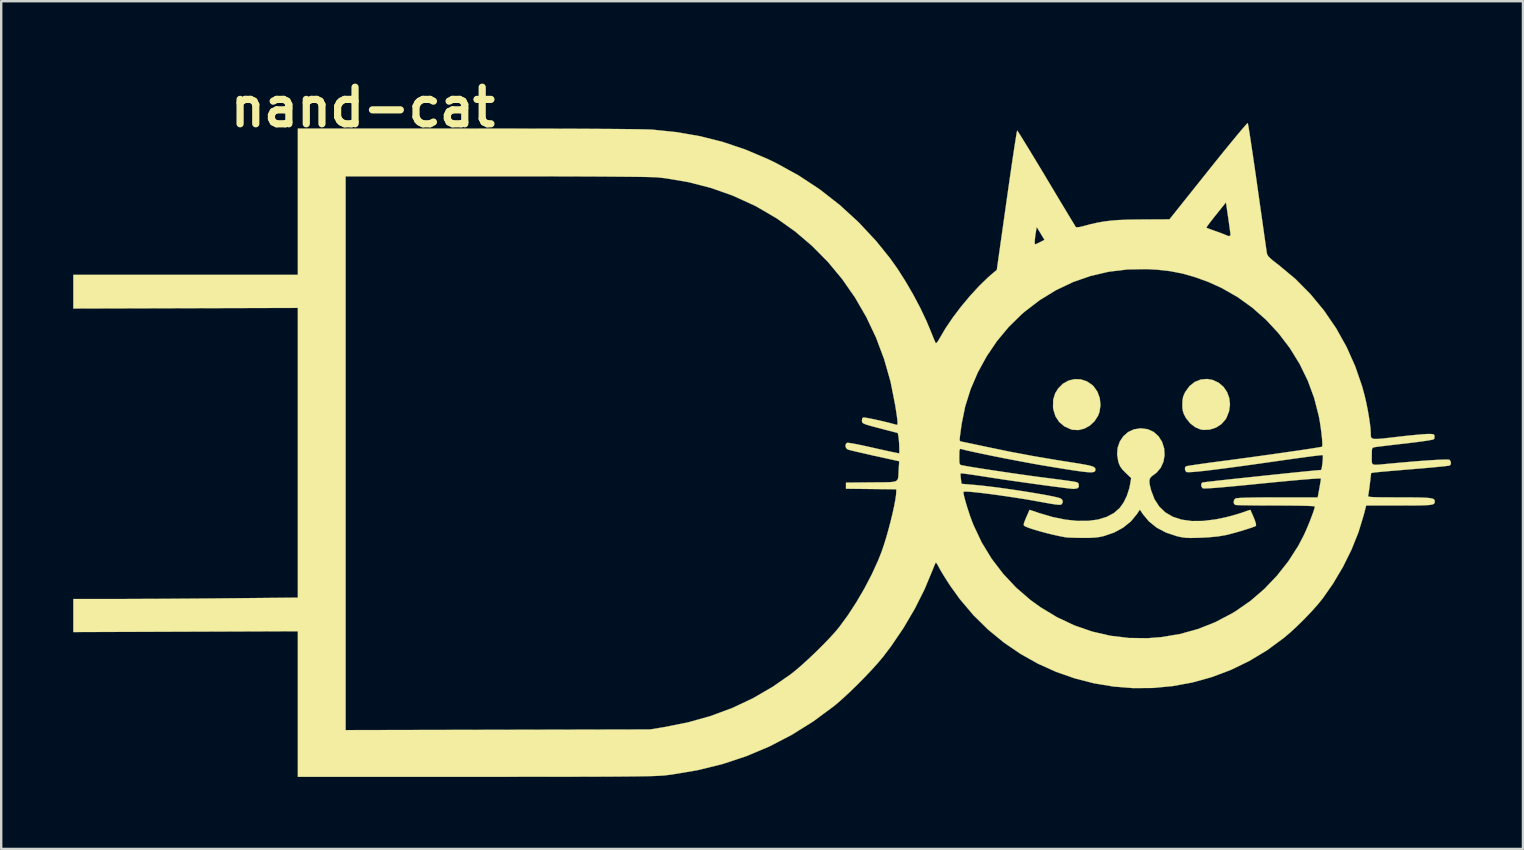
<source format=kicad_pcb>
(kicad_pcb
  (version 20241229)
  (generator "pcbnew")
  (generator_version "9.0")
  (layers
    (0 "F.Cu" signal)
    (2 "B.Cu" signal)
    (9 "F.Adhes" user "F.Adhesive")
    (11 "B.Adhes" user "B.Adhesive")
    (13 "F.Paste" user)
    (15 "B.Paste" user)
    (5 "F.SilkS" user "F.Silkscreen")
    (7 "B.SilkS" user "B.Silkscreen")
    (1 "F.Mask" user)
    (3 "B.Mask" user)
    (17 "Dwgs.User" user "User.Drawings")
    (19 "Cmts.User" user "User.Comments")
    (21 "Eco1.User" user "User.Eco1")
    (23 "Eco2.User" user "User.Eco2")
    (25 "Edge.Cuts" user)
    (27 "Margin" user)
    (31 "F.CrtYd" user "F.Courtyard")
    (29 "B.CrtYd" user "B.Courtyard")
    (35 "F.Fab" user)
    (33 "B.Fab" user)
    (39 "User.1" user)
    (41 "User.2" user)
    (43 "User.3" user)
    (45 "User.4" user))
  (footprint "nand-cat"
    (layer "F.Cu")
    (at 28.58 15.388)
    (property "Reference" "nand-cat" (at -16.51 -13.97 0) (layer "F.SilkS") (effects (font (size 1.524 1.524) (thickness 0.3))))
    (attr through_hole)
    (fp_poly (pts (xy 13.405 -2.631) (xy 13.655 -2.55) (xy 13.881 -2.396) (xy 13.936 -2.343) (xy 14.097 -2.114) (xy 14.194 -1.846) (xy 14.223 -1.561) (xy 14.182 -1.276) (xy 14.124 -1.119) (xy 13.976 -0.888) (xy 13.78 -0.705) (xy 13.552 -0.579) (xy 13.306 -0.519) (xy 13.059 -0.531) (xy 12.996 -0.548) (xy 12.72 -0.672) (xy 12.502 -0.856) (xy 12.346 -1.094) (xy 12.259 -1.38) (xy 12.246 -1.478) (xy 12.253 -1.78) (xy 12.335 -2.049) (xy 12.46 -2.252) (xy 12.659 -2.451) (xy 12.892 -2.58) (xy 13.146 -2.641) (xy 13.405 -2.631)) (stroke (width 0.01) (type solid)) (fill yes) (layer "F.SilkS"))
    (fp_poly (pts (xy 18.887 -2.61) (xy 19.142 -2.495) (xy 19.347 -2.322) (xy 19.497 -2.104) (xy 19.589 -1.853) (xy 19.619 -1.581) (xy 19.581 -1.303) (xy 19.473 -1.03) (xy 19.432 -0.961) (xy 19.261 -0.766) (xy 19.038 -0.623) (xy 18.783 -0.54) (xy 18.517 -0.525) (xy 18.378 -0.548) (xy 18.162 -0.642) (xy 17.959 -0.802) (xy 17.792 -1.011) (xy 17.764 -1.057) (xy 17.691 -1.202) (xy 17.651 -1.33) (xy 17.636 -1.479) (xy 17.635 -1.586) (xy 17.642 -1.77) (xy 17.669 -1.91) (xy 17.725 -2.047) (xy 17.76 -2.113) (xy 17.933 -2.351) (xy 18.148 -2.523) (xy 18.395 -2.623) (xy 18.664 -2.648) (xy 18.887 -2.61)) (stroke (width 0.01) (type solid)) (fill yes) (layer "F.SilkS"))
    (fp_poly (pts (xy 16.192 -0.554) (xy 16.439 -0.442) (xy 16.643 -0.259) (xy 16.791 -0.023) (xy 16.877 0.25) (xy 16.894 0.53) (xy 16.846 0.801) (xy 16.736 1.046) (xy 16.568 1.249) (xy 16.458 1.333) (xy 16.348 1.414) (xy 16.283 1.496) (xy 16.259 1.599) (xy 16.271 1.74) (xy 16.318 1.938) (xy 16.333 1.996) (xy 16.473 2.362) (xy 16.67 2.668) (xy 16.925 2.912) (xy 17.237 3.094) (xy 17.604 3.214) (xy 18.027 3.272) (xy 18.505 3.268) (xy 19.037 3.201) (xy 19.452 3.114) (xy 19.673 3.057) (xy 19.903 2.991) (xy 20.104 2.928) (xy 20.17 2.905) (xy 20.312 2.855) (xy 20.418 2.82) (xy 20.468 2.806) (xy 20.469 2.807) (xy 20.583 3.063) (xy 20.659 3.252) (xy 20.699 3.38) (xy 20.705 3.454) (xy 20.691 3.478) (xy 20.613 3.513) (xy 20.47 3.563) (xy 20.282 3.624) (xy 20.067 3.69) (xy 19.843 3.754) (xy 19.628 3.812) (xy 19.452 3.856) (xy 19.124 3.912) (xy 18.716 3.951) (xy 18.414 3.966) (xy 18.148 3.974) (xy 17.945 3.976) (xy 17.785 3.969) (xy 17.646 3.953) (xy 17.507 3.926) (xy 17.398 3.9) (xy 16.953 3.752) (xy 16.567 3.548) (xy 16.243 3.288) (xy 15.983 2.975) (xy 15.979 2.968) (xy 15.865 2.795) (xy 15.742 2.98) (xy 15.489 3.286) (xy 15.171 3.544) (xy 14.795 3.749) (xy 14.368 3.896) (xy 14.361 3.898) (xy 14.186 3.936) (xy 14.002 3.96) (xy 13.785 3.972) (xy 13.511 3.974) (xy 13.466 3.974) (xy 13.244 3.97) (xy 13.046 3.965) (xy 12.889 3.959) (xy 12.794 3.952) (xy 12.785 3.951) (xy 12.543 3.906) (xy 12.275 3.847) (xy 11.998 3.78) (xy 11.727 3.708) (xy 11.479 3.636) (xy 11.27 3.568) (xy 11.117 3.509) (xy 11.052 3.475) (xy 11.027 3.443) (xy 11.029 3.385) (xy 11.062 3.284) (xy 11.128 3.124) (xy 11.13 3.12) (xy 11.268 2.804) (xy 11.682 2.944) (xy 12.235 3.106) (xy 12.761 3.213) (xy 13.254 3.266) (xy 13.708 3.265) (xy 14.118 3.21) (xy 14.478 3.101) (xy 14.783 2.94) (xy 15.027 2.725) (xy 15.028 2.724) (xy 15.19 2.495) (xy 15.326 2.212) (xy 15.425 1.907) (xy 15.452 1.774) (xy 15.502 1.482) (xy 15.268 1.259) (xy 15.132 1.119) (xy 15.044 0.994) (xy 14.984 0.855) (xy 14.964 0.788) (xy 14.916 0.492) (xy 14.94 0.212) (xy 15.03 -0.043) (xy 15.176 -0.262) (xy 15.373 -0.433) (xy 15.612 -0.547) (xy 15.887 -0.591) (xy 15.908 -0.592) (xy 16.192 -0.554)) (stroke (width 0.01) (type solid)) (fill yes) (layer "F.SilkS"))
    (fp_poly (pts (xy 20.359 -13.309) (xy 20.37 -13.261) (xy 20.393 -13.137) (xy 20.424 -12.944) (xy 20.464 -12.688) (xy 20.511 -12.378) (xy 20.565 -12.019) (xy 20.623 -11.621) (xy 20.686 -11.189) (xy 20.751 -10.731) (xy 20.763 -10.647) (xy 20.829 -10.182) (xy 20.892 -9.738) (xy 20.951 -9.325) (xy 21.004 -8.949) (xy 21.051 -8.617) (xy 21.091 -8.338) (xy 21.122 -8.119) (xy 21.144 -7.967) (xy 21.155 -7.891) (xy 21.156 -7.887) (xy 21.174 -7.825) (xy 21.216 -7.76) (xy 21.292 -7.681) (xy 21.412 -7.578) (xy 21.587 -7.441) (xy 21.669 -7.379) (xy 22.347 -6.813) (xy 22.97 -6.185) (xy 23.535 -5.501) (xy 24.037 -4.768) (xy 24.472 -3.991) (xy 24.837 -3.176) (xy 25.128 -2.33) (xy 25.231 -1.947) (xy 25.295 -1.671) (xy 25.355 -1.374) (xy 25.407 -1.077) (xy 25.448 -0.801) (xy 25.476 -0.566) (xy 25.485 -0.397) (xy 25.486 -0.307) (xy 25.493 -0.239) (xy 25.517 -0.191) (xy 25.567 -0.161) (xy 25.653 -0.148) (xy 25.785 -0.15) (xy 25.971 -0.165) (xy 26.223 -0.193) (xy 26.548 -0.231) (xy 26.549 -0.231) (xy 26.85 -0.266) (xy 27.14 -0.296) (xy 27.404 -0.322) (xy 27.625 -0.341) (xy 27.786 -0.352) (xy 27.834 -0.354) (xy 27.991 -0.355) (xy 28.081 -0.346) (xy 28.125 -0.323) (xy 28.141 -0.28) (xy 28.141 -0.275) (xy 28.136 -0.181) (xy 28.12 -0.141) (xy 28.069 -0.122) (xy 27.942 -0.096) (xy 27.745 -0.065) (xy 27.488 -0.029) (xy 27.178 0.01) (xy 26.924 0.04) (xy 26.613 0.075) (xy 26.325 0.109) (xy 26.073 0.139) (xy 25.867 0.164) (xy 25.72 0.183) (xy 25.645 0.195) (xy 25.643 0.195) (xy 25.587 0.209) (xy 25.552 0.236) (xy 25.535 0.294) (xy 25.528 0.401) (xy 25.527 0.574) (xy 25.527 0.575) (xy 25.525 0.719) (xy 25.529 0.821) (xy 25.55 0.886) (xy 25.6 0.92) (xy 25.693 0.929) (xy 25.841 0.921) (xy 26.056 0.9) (xy 26.162 0.89) (xy 26.709 0.84) (xy 27.201 0.797) (xy 27.633 0.763) (xy 28.003 0.737) (xy 28.305 0.72) (xy 28.535 0.712) (xy 28.691 0.712) (xy 28.767 0.722) (xy 28.772 0.725) (xy 28.821 0.806) (xy 28.821 0.899) (xy 28.78 0.956) (xy 28.728 0.967) (xy 28.601 0.983) (xy 28.41 1.003) (xy 28.164 1.027) (xy 27.874 1.054) (xy 27.549 1.082) (xy 27.246 1.107) (xy 26.894 1.136) (xy 26.565 1.164) (xy 26.269 1.189) (xy 26.016 1.211) (xy 25.817 1.23) (xy 25.684 1.243) (xy 25.63 1.249) (xy 25.5 1.271) (xy 25.448 1.716) (xy 25.424 1.907) (xy 25.401 2.07) (xy 25.382 2.184) (xy 25.372 2.224) (xy 25.375 2.241) (xy 25.403 2.255) (xy 25.464 2.266) (xy 25.566 2.274) (xy 25.719 2.28) (xy 25.929 2.283) (xy 26.205 2.285) (xy 26.555 2.286) (xy 26.668 2.286) (xy 27.064 2.287) (xy 27.382 2.289) (xy 27.633 2.295) (xy 27.823 2.304) (xy 27.96 2.318) (xy 28.054 2.337) (xy 28.112 2.363) (xy 28.141 2.395) (xy 28.151 2.436) (xy 28.152 2.448) (xy 28.149 2.495) (xy 28.135 2.533) (xy 28.101 2.562) (xy 28.039 2.585) (xy 27.941 2.601) (xy 27.799 2.612) (xy 27.605 2.619) (xy 27.349 2.623) (xy 27.025 2.624) (xy 26.671 2.625) (xy 25.293 2.625) (xy 25.193 3.016) (xy 24.974 3.736) (xy 24.682 4.464) (xy 24.325 5.185) (xy 23.911 5.882) (xy 23.482 6.496) (xy 23.272 6.754) (xy 23.013 7.045) (xy 22.723 7.348) (xy 22.42 7.647) (xy 22.123 7.921) (xy 21.865 8.14) (xy 21.153 8.663) (xy 20.41 9.109) (xy 19.642 9.48) (xy 18.852 9.777) (xy 18.047 10) (xy 17.231 10.149) (xy 16.409 10.227) (xy 15.585 10.233) (xy 14.766 10.168) (xy 13.955 10.033) (xy 13.157 9.829) (xy 12.378 9.557) (xy 11.622 9.217) (xy 10.895 8.809) (xy 10.2 8.336) (xy 9.544 7.798) (xy 8.93 7.194) (xy 8.365 6.527) (xy 7.964 5.969) (xy 7.831 5.765) (xy 7.703 5.562) (xy 7.594 5.382) (xy 7.518 5.248) (xy 7.513 5.239) (xy 7.446 5.114) (xy 7.392 5.027) (xy 7.366 4.996) (xy 7.343 5.033) (xy 7.299 5.131) (xy 7.243 5.271) (xy 7.223 5.324) (xy 6.889 6.124) (xy 6.484 6.929) (xy 6.018 7.722) (xy 5.5 8.486) (xy 5.161 8.932) (xy 4.953 9.18) (xy 4.696 9.466) (xy 4.405 9.773) (xy 4.096 10.086) (xy 3.785 10.388) (xy 3.488 10.664) (xy 3.221 10.898) (xy 3.112 10.987) (xy 2.249 11.624) (xy 1.353 12.183) (xy 0.424 12.666) (xy -0.541 13.072) (xy -1.543 13.402) (xy -2.583 13.657) (xy -3.662 13.837) (xy -3.873 13.863) (xy -3.953 13.872) (xy -4.047 13.879) (xy -4.16 13.886) (xy -4.295 13.892) (xy -4.457 13.898) (xy -4.648 13.903) (xy -4.873 13.907) (xy -5.136 13.911) (xy -5.44 13.914) (xy -5.79 13.917) (xy -6.19 13.92) (xy -6.642 13.922) (xy -7.151 13.924) (xy -7.721 13.925) (xy -8.356 13.926) (xy -9.059 13.927) (xy -9.834 13.927) (xy -10.686 13.928) (xy -11.617 13.928) (xy -11.821 13.928) (xy -19.219 13.928) (xy -19.219 7.864) (xy -23.897 7.881) (xy -28.575 7.898) (xy -28.575 6.519) (xy -26.786 6.519) (xy -26.415 6.519) (xy -25.973 6.517) (xy -25.475 6.515) (xy -24.933 6.513) (xy -24.362 6.509) (xy -23.775 6.505) (xy -23.188 6.501) (xy -22.612 6.496) (xy -22.109 6.491) (xy -19.219 6.463) (xy -19.219 -5.609) (xy -23.897 -5.596) (xy -28.575 -5.583) (xy -28.575 -6.284) (xy -28.575 -6.985) (xy -19.219 -6.985) (xy -19.219 -11.091) (xy -17.23 -11.091) (xy -17.23 11.983) (xy -10.89 11.97) (xy -4.551 11.956) (xy -3.962 11.86) (xy -2.966 11.662) (xy -2.02 11.396) (xy -1.119 11.062) (xy -0.259 10.657) (xy 0.565 10.179) (xy 1.312 9.661) (xy 1.538 9.481) (xy 1.801 9.253) (xy 2.087 8.992) (xy 2.381 8.712) (xy 2.668 8.427) (xy 2.933 8.153) (xy 3.16 7.904) (xy 3.327 7.705) (xy 3.694 7.205) (xy 4.054 6.653) (xy 4.394 6.07) (xy 4.701 5.48) (xy 4.963 4.905) (xy 5.101 4.557) (xy 5.196 4.279) (xy 5.294 3.965) (xy 5.389 3.629) (xy 5.479 3.288) (xy 5.56 2.955) (xy 5.627 2.647) (xy 5.678 2.377) (xy 5.708 2.162) (xy 5.715 2.047) (xy 5.715 1.949) (xy 3.619 1.926) (xy 3.619 1.672) (xy 4.688 1.661) (xy 5.021 1.659) (xy 5.28 1.657) (xy 5.474 1.651) (xy 5.612 1.635) (xy 5.704 1.607) (xy 5.76 1.56) (xy 5.79 1.49) (xy 5.803 1.393) (xy 5.809 1.264) (xy 5.816 1.121) (xy 5.838 0.781) (xy 4.957 0.586) (xy 8.34 0.586) (xy 8.341 0.755) (xy 8.348 0.857) (xy 8.368 0.911) (xy 8.406 0.937) (xy 8.456 0.949) (xy 8.597 0.976) (xy 8.81 1.013) (xy 9.081 1.057) (xy 9.399 1.107) (xy 9.752 1.161) (xy 10.126 1.217) (xy 10.509 1.274) (xy 10.89 1.328) (xy 11.255 1.38) (xy 11.592 1.426) (xy 11.832 1.457) (xy 12.22 1.507) (xy 12.531 1.547) (xy 12.776 1.58) (xy 12.962 1.606) (xy 13.097 1.627) (xy 13.19 1.645) (xy 13.25 1.662) (xy 13.284 1.679) (xy 13.301 1.698) (xy 13.309 1.72) (xy 13.315 1.739) (xy 13.321 1.846) (xy 13.257 1.911) (xy 13.12 1.932) (xy 13 1.924) (xy 12.706 1.889) (xy 12.347 1.843) (xy 11.938 1.789) (xy 11.498 1.729) (xy 11.044 1.665) (xy 10.592 1.601) (xy 10.162 1.538) (xy 9.769 1.479) (xy 9.494 1.436) (xy 9.202 1.391) (xy 8.939 1.351) (xy 8.716 1.319) (xy 8.543 1.296) (xy 8.433 1.284) (xy 8.397 1.284) (xy 8.391 1.333) (xy 8.397 1.438) (xy 8.406 1.512) (xy 8.433 1.721) (xy 9.03 1.772) (xy 9.296 1.798) (xy 9.606 1.834) (xy 9.948 1.877) (xy 10.31 1.927) (xy 10.681 1.981) (xy 11.049 2.037) (xy 11.403 2.094) (xy 11.731 2.15) (xy 12.022 2.203) (xy 12.264 2.251) (xy 12.447 2.293) (xy 12.557 2.326) (xy 12.562 2.328) (xy 12.64 2.399) (xy 12.652 2.494) (xy 12.599 2.578) (xy 12.557 2.593) (xy 12.474 2.594) (xy 12.342 2.58) (xy 12.149 2.55) (xy 11.888 2.504) (xy 11.763 2.481) (xy 11.433 2.421) (xy 11.081 2.361) (xy 10.717 2.303) (xy 10.35 2.248) (xy 9.991 2.196) (xy 9.649 2.15) (xy 9.334 2.11) (xy 9.057 2.079) (xy 8.826 2.056) (xy 8.653 2.045) (xy 8.546 2.045) (xy 8.517 2.052) (xy 8.514 2.106) (xy 8.537 2.225) (xy 8.58 2.393) (xy 8.639 2.598) (xy 8.71 2.824) (xy 8.788 3.057) (xy 8.87 3.282) (xy 8.937 3.452) (xy 9.275 4.166) (xy 9.686 4.84) (xy 10.165 5.468) (xy 10.706 6.044) (xy 11.305 6.562) (xy 11.723 6.864) (xy 12.416 7.282) (xy 13.133 7.619) (xy 13.872 7.876) (xy 14.629 8.051) (xy 15.402 8.144) (xy 16.186 8.154) (xy 16.764 8.108) (xy 17.543 7.978) (xy 18.288 7.771) (xy 19.005 7.487) (xy 19.703 7.121) (xy 19.865 7.023) (xy 20.476 6.597) (xy 21.052 6.101) (xy 21.581 5.546) (xy 22.055 4.944) (xy 22.464 4.307) (xy 22.691 3.873) (xy 22.775 3.691) (xy 22.864 3.483) (xy 22.952 3.267) (xy 23.031 3.06) (xy 23.096 2.879) (xy 23.14 2.741) (xy 23.156 2.664) (xy 23.156 2.664) (xy 23.115 2.654) (xy 22.996 2.646) (xy 22.806 2.638) (xy 22.552 2.632) (xy 22.24 2.628) (xy 21.877 2.625) (xy 21.53 2.625) (xy 21.165 2.624) (xy 20.825 2.622) (xy 20.52 2.619) (xy 20.259 2.615) (xy 20.053 2.611) (xy 19.91 2.606) (xy 19.84 2.6) (xy 19.837 2.599) (xy 19.782 2.54) (xy 19.774 2.449) (xy 19.812 2.363) (xy 19.852 2.33) (xy 19.918 2.318) (xy 20.066 2.307) (xy 20.292 2.299) (xy 20.594 2.292) (xy 20.968 2.288) (xy 21.411 2.286) (xy 21.604 2.286) (xy 23.275 2.286) (xy 23.343 1.916) (xy 23.373 1.745) (xy 23.396 1.605) (xy 23.409 1.518) (xy 23.41 1.502) (xy 23.369 1.497) (xy 23.247 1.501) (xy 23.049 1.514) (xy 22.778 1.535) (xy 22.439 1.564) (xy 22.035 1.601) (xy 21.569 1.645) (xy 21.047 1.697) (xy 20.971 1.704) (xy 20.424 1.759) (xy 19.956 1.804) (xy 19.563 1.841) (xy 19.238 1.87) (xy 18.979 1.891) (xy 18.778 1.905) (xy 18.632 1.911) (xy 18.535 1.912) (xy 18.484 1.905) (xy 18.473 1.901) (xy 18.423 1.819) (xy 18.423 1.726) (xy 18.464 1.668) (xy 18.511 1.66) (xy 18.632 1.645) (xy 18.82 1.623) (xy 19.065 1.595) (xy 19.358 1.563) (xy 19.689 1.526) (xy 20.051 1.487) (xy 20.434 1.447) (xy 20.828 1.405) (xy 21.225 1.363) (xy 21.616 1.322) (xy 21.992 1.283) (xy 22.343 1.247) (xy 22.661 1.215) (xy 22.936 1.188) (xy 23.16 1.166) (xy 23.323 1.152) (xy 23.417 1.144) (xy 23.434 1.106) (xy 23.452 1.008) (xy 23.47 0.877) (xy 23.484 0.738) (xy 23.491 0.616) (xy 23.488 0.538) (xy 23.483 0.524) (xy 23.438 0.525) (xy 23.318 0.538) (xy 23.133 0.56) (xy 22.892 0.591) (xy 22.603 0.63) (xy 22.276 0.675) (xy 21.921 0.725) (xy 21.838 0.737) (xy 21.097 0.843) (xy 20.438 0.935) (xy 19.858 1.015) (xy 19.354 1.082) (xy 18.925 1.136) (xy 18.569 1.179) (xy 18.283 1.209) (xy 18.064 1.228) (xy 17.912 1.236) (xy 17.822 1.232) (xy 17.797 1.224) (xy 17.747 1.144) (xy 17.744 1.052) (xy 17.783 0.993) (xy 17.835 0.981) (xy 17.96 0.959) (xy 18.148 0.931) (xy 18.387 0.896) (xy 18.667 0.857) (xy 18.977 0.815) (xy 19.085 0.801) (xy 19.522 0.744) (xy 19.971 0.683) (xy 20.424 0.622) (xy 20.874 0.56) (xy 21.312 0.499) (xy 21.73 0.439) (xy 22.122 0.383) (xy 22.478 0.332) (xy 22.791 0.285) (xy 23.053 0.245) (xy 23.256 0.212) (xy 23.393 0.189) (xy 23.455 0.175) (xy 23.457 0.173) (xy 23.468 0.117) (xy 23.466 -0.006) (xy 23.453 -0.181) (xy 23.43 -0.391) (xy 23.401 -0.62) (xy 23.366 -0.853) (xy 23.326 -1.073) (xy 23.321 -1.101) (xy 23.128 -1.854) (xy 22.86 -2.581) (xy 22.521 -3.275) (xy 22.116 -3.932) (xy 21.65 -4.545) (xy 21.128 -5.108) (xy 20.554 -5.616) (xy 19.934 -6.062) (xy 19.271 -6.44) (xy 18.726 -6.687) (xy 18.174 -6.888) (xy 17.652 -7.038) (xy 17.129 -7.14) (xy 16.578 -7.202) (xy 16.15 -7.225) (xy 15.347 -7.211) (xy 14.565 -7.116) (xy 13.805 -6.939) (xy 13.072 -6.683) (xy 12.367 -6.347) (xy 11.693 -5.934) (xy 11.054 -5.444) (xy 10.937 -5.343) (xy 10.398 -4.814) (xy 9.91 -4.227) (xy 9.48 -3.592) (xy 9.112 -2.92) (xy 8.812 -2.221) (xy 8.586 -1.503) (xy 8.438 -0.778) (xy 8.427 -0.699) (xy 8.402 -0.515) (xy 8.379 -0.343) (xy 8.362 -0.217) (xy 8.361 -0.206) (xy 8.353 -0.103) (xy 8.379 -0.055) (xy 8.453 -0.033) (xy 8.456 -0.032) (xy 8.531 -0.018) (xy 8.675 0.012) (xy 8.873 0.053) (xy 9.113 0.104) (xy 9.379 0.161) (xy 9.483 0.183) (xy 10.435 0.38) (xy 11.404 0.562) (xy 12.416 0.734) (xy 12.972 0.822) (xy 13.296 0.873) (xy 13.545 0.916) (xy 13.73 0.952) (xy 13.859 0.986) (xy 13.942 1.019) (xy 13.989 1.055) (xy 14.009 1.097) (xy 14.012 1.127) (xy 14.007 1.17) (xy 13.988 1.204) (xy 13.946 1.227) (xy 13.876 1.239) (xy 13.77 1.24) (xy 13.622 1.23) (xy 13.424 1.207) (xy 13.169 1.171) (xy 12.852 1.123) (xy 12.464 1.06) (xy 12.044 0.991) (xy 11.717 0.936) (xy 11.353 0.871) (xy 10.964 0.799) (xy 10.563 0.723) (xy 10.16 0.645) (xy 9.769 0.567) (xy 9.402 0.492) (xy 9.07 0.422) (xy 8.785 0.36) (xy 8.561 0.308) (xy 8.414 0.269) (xy 8.377 0.267) (xy 8.355 0.298) (xy 8.344 0.376) (xy 8.34 0.517) (xy 8.34 0.586) (xy 4.957 0.586) (xy 4.813 0.555) (xy 4.525 0.49) (xy 4.261 0.43) (xy 4.033 0.377) (xy 3.853 0.334) (xy 3.734 0.304) (xy 3.694 0.292) (xy 3.624 0.231) (xy 3.597 0.141) (xy 3.617 0.055) (xy 3.665 0.014) (xy 3.726 0.015) (xy 3.855 0.033) (xy 4.038 0.066) (xy 4.26 0.111) (xy 4.501 0.164) (xy 4.769 0.224) (xy 5.03 0.283) (xy 5.264 0.334) (xy 5.452 0.375) (xy 5.556 0.397) (xy 5.842 0.455) (xy 5.84 0.196) (xy 5.833 0.023) (xy 5.819 -0.145) (xy 5.808 -0.229) (xy 5.778 -0.395) (xy 5.038 -0.589) (xy 4.775 -0.658) (xy 4.582 -0.711) (xy 4.45 -0.752) (xy 4.365 -0.786) (xy 4.316 -0.818) (xy 4.293 -0.851) (xy 4.284 -0.892) (xy 4.283 -0.9) (xy 4.296 -1.005) (xy 4.337 -1.042) (xy 4.395 -1.04) (xy 4.519 -1.02) (xy 4.691 -0.987) (xy 4.897 -0.943) (xy 5.118 -0.893) (xy 5.34 -0.84) (xy 5.545 -0.787) (xy 5.717 -0.739) (xy 5.717 -0.739) (xy 5.745 -0.736) (xy 5.762 -0.754) (xy 5.769 -0.802) (xy 5.765 -0.891) (xy 5.749 -1.032) (xy 5.72 -1.233) (xy 5.678 -1.506) (xy 5.668 -1.566) (xy 5.477 -2.533) (xy 5.211 -3.468) (xy 4.874 -4.367) (xy 4.468 -5.226) (xy 3.996 -6.041) (xy 3.461 -6.81) (xy 2.865 -7.527) (xy 2.211 -8.189) (xy 1.502 -8.794) (xy 0.74 -9.335) (xy -0.072 -9.811) (xy -0.217 -9.886) (xy -1.094 -10.286) (xy -1.999 -10.606) (xy -2.933 -10.847) (xy -3.899 -11.011) (xy -4.227 -11.048) (xy -4.337 -11.054) (xy -4.529 -11.06) (xy -4.802 -11.066) (xy -5.153 -11.071) (xy -5.582 -11.075) (xy -6.085 -11.079) (xy -6.661 -11.083) (xy -7.308 -11.086) (xy -8.024 -11.088) (xy -8.807 -11.09) (xy -9.655 -11.091) (xy -10.565 -11.091) (xy -10.948 -11.091) (xy -17.23 -11.091) (xy -19.219 -11.091) (xy -19.219 -13.081) (xy -12.139 -13.081) (xy -11.161 -13.08) (xy -10.24 -13.079) (xy -9.376 -13.078) (xy -8.574 -13.076) (xy -7.835 -13.074) (xy -7.161 -13.071) (xy -6.554 -13.067) (xy -6.018 -13.064) (xy -5.555 -13.059) (xy -5.166 -13.055) (xy -4.854 -13.049) (xy -4.621 -13.044) (xy -4.471 -13.038) (xy -4.445 -13.036) (xy -3.423 -12.93) (xy -2.448 -12.76) (xy -1.506 -12.521) (xy -0.584 -12.211) (xy 0.328 -11.825) (xy 0.72 -11.637) (xy 1.647 -11.126) (xy 2.528 -10.545) (xy 3.361 -9.895) (xy 4.144 -9.178) (xy 4.874 -8.396) (xy 5.451 -7.682) (xy 5.773 -7.228) (xy 6.099 -6.715) (xy 6.417 -6.169) (xy 6.711 -5.613) (xy 6.969 -5.071) (xy 7.151 -4.636) (xy 7.225 -4.45) (xy 7.289 -4.294) (xy 7.338 -4.184) (xy 7.363 -4.137) (xy 7.397 -4.153) (xy 7.455 -4.228) (xy 7.513 -4.327) (xy 7.766 -4.757) (xy 8.073 -5.21) (xy 8.421 -5.669) (xy 8.793 -6.114) (xy 9.174 -6.527) (xy 9.55 -6.891) (xy 9.767 -7.078) (xy 9.903 -7.189) (xy 10.063 -8.317) (xy 11.482 -8.317) (xy 11.493 -8.259) (xy 11.499 -8.257) (xy 11.556 -8.276) (xy 11.657 -8.324) (xy 11.713 -8.352) (xy 11.889 -8.445) (xy 11.728 -8.713) (xy 11.584 -8.952) (xy 18.635 -8.952) (xy 18.679 -8.932) (xy 18.785 -8.891) (xy 18.934 -8.837) (xy 19.03 -8.803) (xy 19.203 -8.741) (xy 19.349 -8.685) (xy 19.448 -8.645) (xy 19.473 -8.633) (xy 19.573 -8.597) (xy 19.631 -8.623) (xy 19.64 -8.668) (xy 19.633 -8.734) (xy 19.615 -8.868) (xy 19.59 -9.051) (xy 19.559 -9.268) (xy 19.544 -9.373) (xy 19.452 -10.005) (xy 19.035 -9.486) (xy 18.895 -9.309) (xy 18.776 -9.155) (xy 18.689 -9.038) (xy 18.641 -8.967) (xy 18.635 -8.952) (xy 11.584 -8.952) (xy 11.567 -8.98) (xy 11.542 -8.84) (xy 11.507 -8.62) (xy 11.487 -8.441) (xy 11.482 -8.317) (xy 10.063 -8.317) (xy 10.314 -10.093) (xy 10.383 -10.578) (xy 10.449 -11.037) (xy 10.511 -11.465) (xy 10.568 -11.854) (xy 10.62 -12.197) (xy 10.665 -12.487) (xy 10.702 -12.719) (xy 10.729 -12.885) (xy 10.747 -12.978) (xy 10.753 -12.996) (xy 10.78 -12.961) (xy 10.846 -12.86) (xy 10.947 -12.699) (xy 11.079 -12.484) (xy 11.239 -12.224) (xy 11.422 -11.923) (xy 11.624 -11.589) (xy 11.841 -11.229) (xy 11.98 -10.996) (xy 12.205 -10.621) (xy 12.416 -10.268) (xy 12.611 -9.944) (xy 12.785 -9.655) (xy 12.934 -9.407) (xy 13.055 -9.208) (xy 13.142 -9.065) (xy 13.192 -8.983) (xy 13.203 -8.967) (xy 13.254 -8.963) (xy 13.363 -8.98) (xy 13.508 -9.015) (xy 13.525 -9.02) (xy 13.824 -9.099) (xy 14.101 -9.162) (xy 14.373 -9.209) (xy 14.657 -9.244) (xy 14.968 -9.269) (xy 15.325 -9.284) (xy 15.742 -9.291) (xy 15.947 -9.293) (xy 17.098 -9.299) (xy 18.712 -11.322) (xy 18.999 -11.681) (xy 19.271 -12.018) (xy 19.523 -12.328) (xy 19.75 -12.605) (xy 19.948 -12.844) (xy 20.113 -13.04) (xy 20.239 -13.186) (xy 20.322 -13.278) (xy 20.358 -13.309) (xy 20.359 -13.309)) (stroke (width 0.01) (type solid)) (fill yes) (layer "F.SilkS")))
  (gr_rect
    (start -3 -3)
    (end 60.406 32.321)
    (stroke (width 0.1) (type default))
    (fill no)
    (layer "Edge.Cuts")))
</source>
